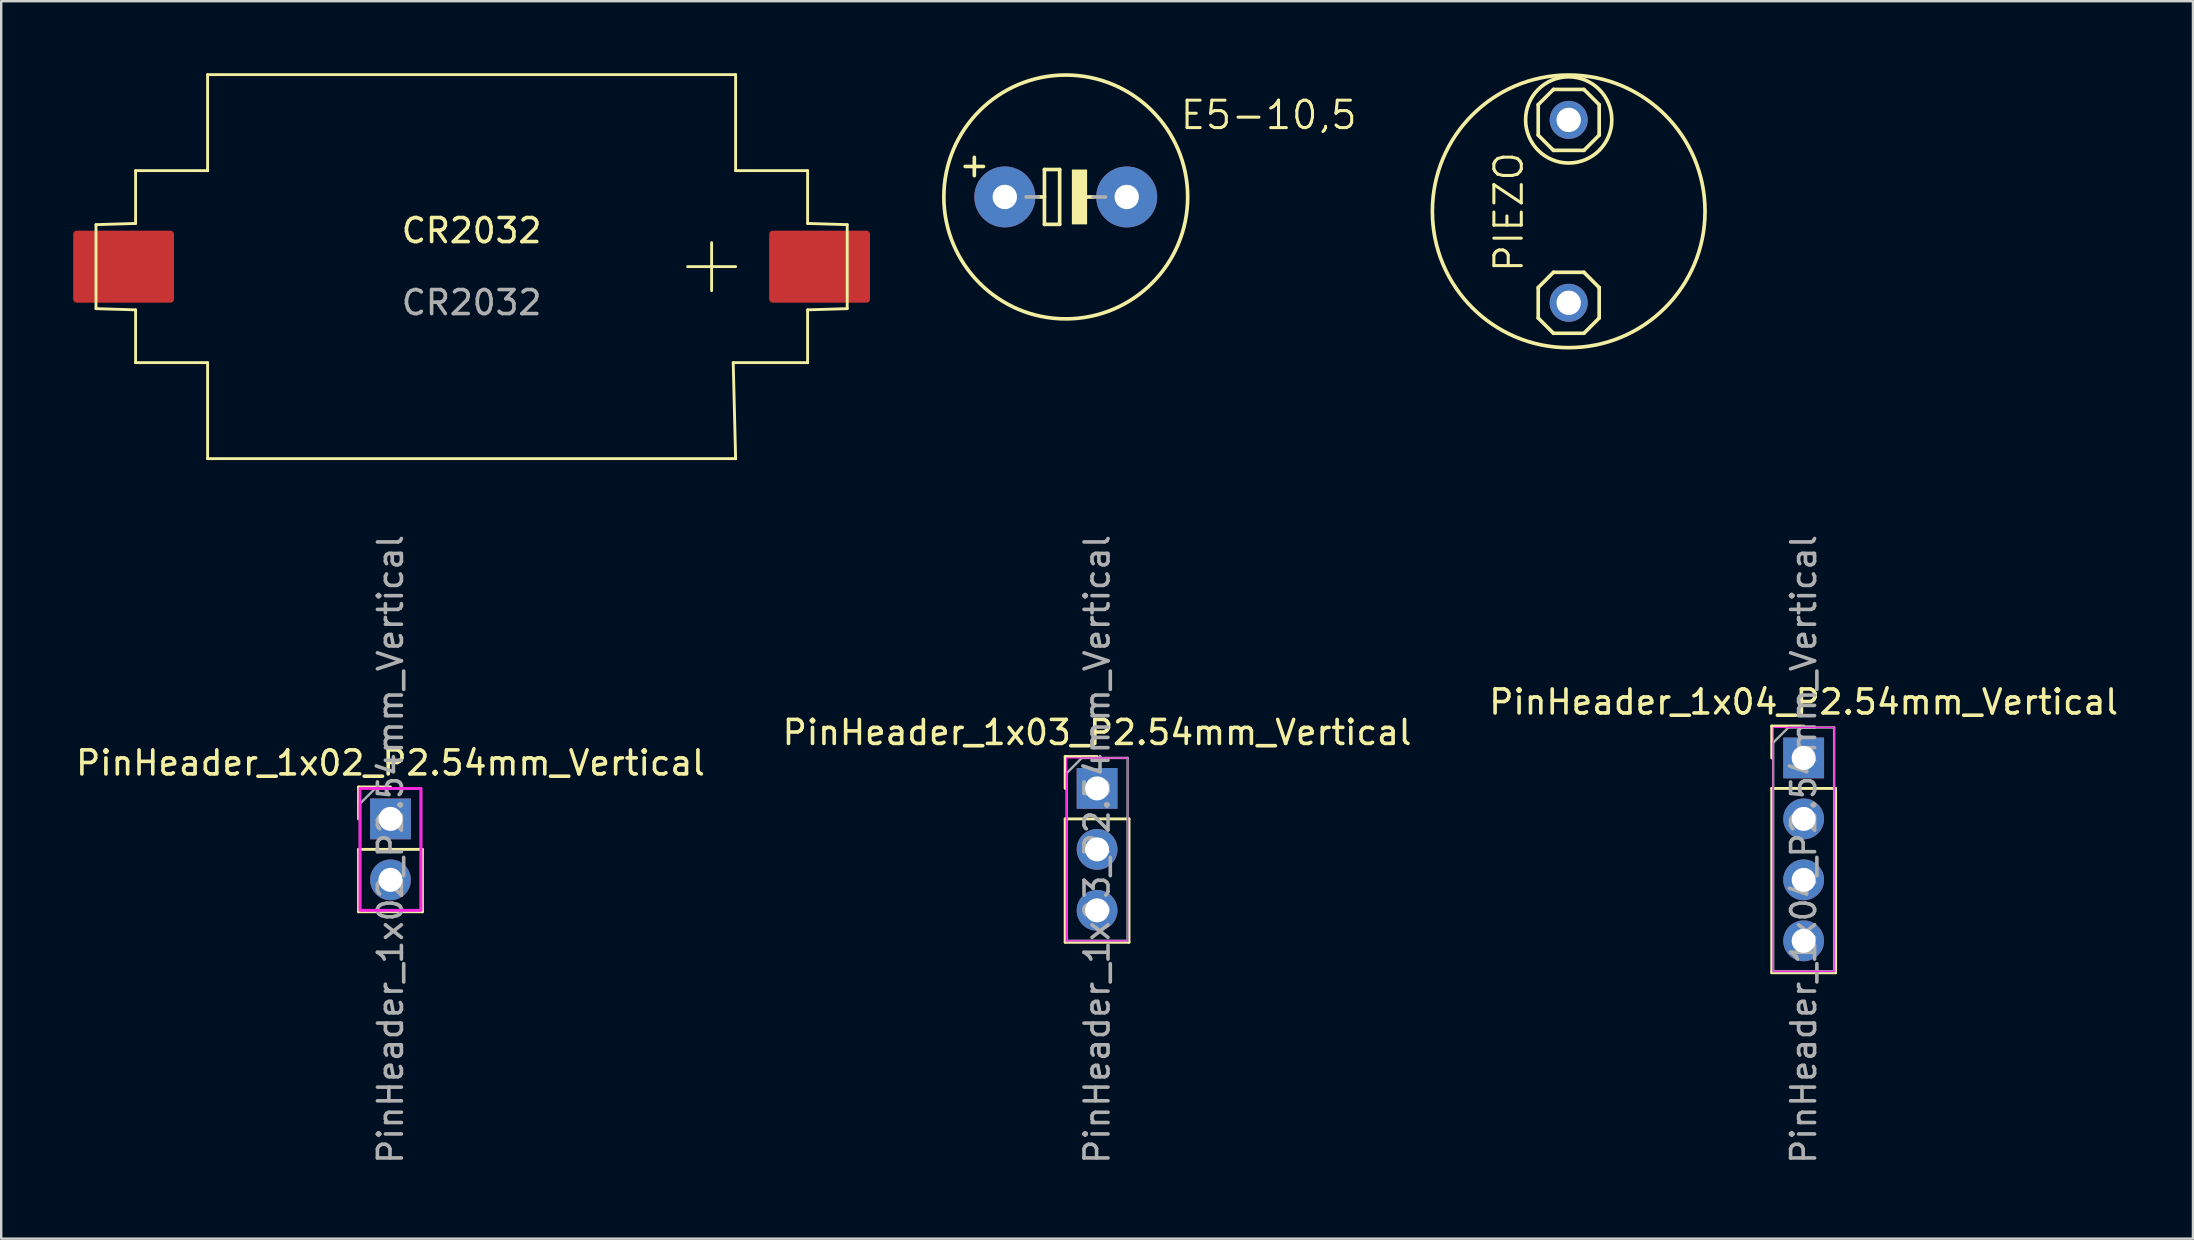
<source format=kicad_pcb>
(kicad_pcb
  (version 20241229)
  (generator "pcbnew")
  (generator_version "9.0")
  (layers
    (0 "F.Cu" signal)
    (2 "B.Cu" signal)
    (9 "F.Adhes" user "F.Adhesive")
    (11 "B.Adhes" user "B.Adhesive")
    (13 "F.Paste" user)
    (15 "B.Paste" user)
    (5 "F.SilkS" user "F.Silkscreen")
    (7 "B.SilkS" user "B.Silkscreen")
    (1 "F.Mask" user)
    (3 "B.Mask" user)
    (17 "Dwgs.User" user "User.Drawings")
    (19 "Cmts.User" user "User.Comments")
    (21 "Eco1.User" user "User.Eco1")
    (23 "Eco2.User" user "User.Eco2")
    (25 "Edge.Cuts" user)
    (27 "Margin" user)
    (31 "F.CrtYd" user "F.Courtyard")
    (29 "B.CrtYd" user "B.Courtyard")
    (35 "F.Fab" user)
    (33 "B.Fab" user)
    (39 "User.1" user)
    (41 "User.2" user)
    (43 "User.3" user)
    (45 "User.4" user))
  (footprint "PinHeader_1x04_P2.54mm_Vertical"
    (layer "F.Cu")
    (at 72.101 28.53)
    (property "Reference" "PinHeader_1x04_P2.54mm_Vertical" (at 0 -2.33 180) (layer "F.SilkS") (effects (font (size 1 1) (thickness 0.15))))
    (attr through_hole)
    (fp_line (start -1.33 -1.33) (end 0 -1.33) (stroke (width 0.12) (type solid)) (layer "F.SilkS"))
    (fp_line (start -1.33 0) (end -1.33 -1.33) (stroke (width 0.12) (type solid)) (layer "F.SilkS"))
    (fp_line (start -1.33 1.27) (end -1.33 8.95) (stroke (width 0.12) (type solid)) (layer "F.SilkS"))
    (fp_line (start -1.33 1.27) (end 1.33 1.27) (stroke (width 0.12) (type solid)) (layer "F.SilkS"))
    (fp_line (start -1.33 8.95) (end 1.33 8.95) (stroke (width 0.12) (type solid)) (layer "F.SilkS"))
    (fp_line (start 1.33 1.27) (end 1.33 8.95) (stroke (width 0.12) (type solid)) (layer "F.SilkS"))
    (fp_rect (start -1.27 -1.27) (end 1.27 8.89) (stroke (width 0.05) (type solid)) (fill no) (layer "F.CrtYd"))
    (fp_line (start -1.27 -0.635) (end -0.635 -1.27) (stroke (width 0.1) (type solid)) (layer "F.Fab"))
    (fp_line (start -1.27 8.89) (end -1.27 -0.635) (stroke (width 0.1) (type solid)) (layer "F.Fab"))
    (fp_line (start -0.635 -1.27) (end 1.27 -1.27) (stroke (width 0.1) (type solid)) (layer "F.Fab"))
    (fp_line (start 1.27 -1.27) (end 1.27 8.89) (stroke (width 0.1) (type solid)) (layer "F.Fab"))
    (fp_line (start 1.27 8.89) (end -1.27 8.89) (stroke (width 0.1) (type solid)) (layer "F.Fab"))
    (fp_text user "${REFERENCE}" (at 0 3.81 90) (layer "F.Fab") (effects (font (size 1 1) (thickness 0.15))))
    (pad "1" thru_hole rect (at 0 0) (size 1.7 1.7) (drill 1) (layers "*.Cu" "*.Mask"))
    (pad "2" thru_hole oval (at 0 2.54) (size 1.7 1.7) (drill 1) (layers "*.Cu" "*.Mask"))
    (pad "3" thru_hole oval (at 0 5.08) (size 1.7 1.7) (drill 1) (layers "*.Cu" "*.Mask"))
    (pad "4" thru_hole oval (at 0 7.62) (size 1.7 1.7) (drill 1) (layers "*.Cu" "*.Mask")))
  (footprint "PinHeader_1x02_P2.54mm_Vertical"
    (layer "F.Cu")
    (at 13.22 31.07)
    (property "Reference" "PinHeader_1x02_P2.54mm_Vertical" (at 0 -2.33 0) (layer "F.SilkS") (effects (font (size 1 1) (thickness 0.15))))
    (attr through_hole)
    (fp_line (start -1.33 -1.33) (end 0 -1.33) (stroke (width 0.12) (type solid)) (layer "F.SilkS"))
    (fp_line (start -1.33 0) (end -1.33 -1.33) (stroke (width 0.12) (type solid)) (layer "F.SilkS"))
    (fp_line (start -1.33 1.27) (end -1.33 3.87) (stroke (width 0.12) (type solid)) (layer "F.SilkS"))
    (fp_line (start -1.33 1.27) (end 1.33 1.27) (stroke (width 0.12) (type solid)) (layer "F.SilkS"))
    (fp_line (start -1.33 3.87) (end 1.33 3.87) (stroke (width 0.12) (type solid)) (layer "F.SilkS"))
    (fp_line (start 1.33 1.27) (end 1.33 3.87) (stroke (width 0.12) (type solid)) (layer "F.SilkS"))
    (fp_rect (start -1.27 -1.27) (end 1.27 3.81) (stroke (width 0.12) (type solid)) (fill no) (layer "F.CrtYd"))
    (fp_line (start -1.27 -0.635) (end -0.635 -1.27) (stroke (width 0.1) (type solid)) (layer "F.Fab"))
    (fp_line (start -1.27 3.81) (end -1.27 -0.635) (stroke (width 0.1) (type solid)) (layer "F.Fab"))
    (fp_line (start -0.635 -1.27) (end 1.27 -1.27) (stroke (width 0.1) (type solid)) (layer "F.Fab"))
    (fp_line (start 1.27 -1.27) (end 1.27 3.81) (stroke (width 0.1) (type solid)) (layer "F.Fab"))
    (fp_line (start 1.27 3.81) (end -1.27 3.81) (stroke (width 0.1) (type solid)) (layer "F.Fab"))
    (fp_text user "${REFERENCE}" (at 0 1.27 270) (layer "F.Fab") (effects (font (size 1 1) (thickness 0.15))))
    (pad "1" thru_hole rect (at 0 0) (size 1.7 1.7) (drill 1) (layers "*.Cu" "*.Mask"))
    (pad "2" thru_hole oval (at 0 2.54) (size 1.7 1.7) (drill 1) (layers "*.Cu" "*.Mask")))
  (footprint "CR2032"
    (layer "F.Cu")
    (at 16.6 8.06)
    (property "Reference" "CR2032" (at 0 -1.5 0) (unlocked yes) (layer "F.SilkS") (effects (font (size 1 1) (thickness 0.15))))
    (attr smd)
    (fp_line (start -15.65 -1.75) (end -14 -1.8) (stroke (width 0.12) (type solid)) (layer "F.SilkS"))
    (fp_line (start -15.65 1.75) (end -15.65 -1.75) (stroke (width 0.12) (type solid)) (layer "F.SilkS"))
    (fp_line (start -14 -4) (end -11 -4) (stroke (width 0.12) (type solid)) (layer "F.SilkS"))
    (fp_line (start -14 -1.8) (end -14 -4) (stroke (width 0.12) (type solid)) (layer "F.SilkS"))
    (fp_line (start -14 1.8) (end -15.65 1.75) (stroke (width 0.12) (type solid)) (layer "F.SilkS"))
    (fp_line (start -14 4) (end -14 1.8) (stroke (width 0.12) (type solid)) (layer "F.SilkS"))
    (fp_line (start -11 -8) (end 11 -8) (stroke (width 0.12) (type solid)) (layer "F.SilkS"))
    (fp_line (start -11 -4) (end -11 -8) (stroke (width 0.12) (type solid)) (layer "F.SilkS"))
    (fp_line (start -11 4) (end -14 4) (stroke (width 0.12) (type solid)) (layer "F.SilkS"))
    (fp_line (start -11 8) (end -11 4) (stroke (width 0.12) (type solid)) (layer "F.SilkS"))
    (fp_line (start 9 0) (end 11 0) (stroke (width 0.12) (type solid)) (layer "F.SilkS"))
    (fp_line (start 10 -1) (end 10 1) (stroke (width 0.12) (type solid)) (layer "F.SilkS"))
    (fp_line (start 10.9 4) (end 11 8) (stroke (width 0.12) (type solid)) (layer "F.SilkS"))
    (fp_line (start 11 -8) (end 11 -4) (stroke (width 0.12) (type solid)) (layer "F.SilkS"))
    (fp_line (start 11 -4) (end 14 -4) (stroke (width 0.12) (type solid)) (layer "F.SilkS"))
    (fp_line (start 11 8) (end -11 8) (stroke (width 0.12) (type solid)) (layer "F.SilkS"))
    (fp_line (start 14 -4) (end 14 -1.8) (stroke (width 0.12) (type solid)) (layer "F.SilkS"))
    (fp_line (start 14 -1.8) (end 15.65 -1.75) (stroke (width 0.12) (type solid)) (layer "F.SilkS"))
    (fp_line (start 14 1.8) (end 14 4) (stroke (width 0.12) (type solid)) (layer "F.SilkS"))
    (fp_line (start 14 4) (end 10.9 4) (stroke (width 0.12) (type solid)) (layer "F.SilkS"))
    (fp_line (start 15.65 -1.75) (end 15.65 1.75) (stroke (width 0.12) (type solid)) (layer "F.SilkS"))
    (fp_line (start 15.65 1.75) (end 14 1.8) (stroke (width 0.12) (type solid)) (layer "F.SilkS"))
    (fp_text user "${REFERENCE}" (at 0 1.5 0) (unlocked yes) (layer "F.Fab") (effects (font (size 1 1) (thickness 0.15))))
    (pad "1" smd roundrect (at 14.5 0 270) (size 3 4.2) (layers "F.Cu" "F.Mask" "F.Paste") (roundrect_rratio 0.048))
    (pad "2" smd roundrect (at -14.5 0 270) (size 3 4.2) (layers "F.Cu" "F.Mask" "F.Paste") (roundrect_rratio 0.048)))
  (footprint "E5-10,5"
    (layer "F.Cu")
    (at 41.356 5.156)
    (property "Reference" "E5-10,5" (at 4.699 -2.743 0) (layer "F.SilkS") (effects (font (size 1.143 1.143) (thickness 0.127)) (justify left bottom)))
    (fp_line (start -3.81 -1.651) (end -3.81 -0.889) (stroke (width 0.152) (type solid)) (layer "F.SilkS"))
    (fp_line (start -3.429 -1.27) (end -4.191 -1.27) (stroke (width 0.152) (type solid)) (layer "F.SilkS"))
    (fp_line (start -1.143 0) (end -0.889 0) (stroke (width 0.152) (type solid)) (layer "F.SilkS"))
    (fp_line (start -0.889 -1.143) (end -0.889 0) (stroke (width 0.152) (type solid)) (layer "F.SilkS"))
    (fp_line (start -0.889 0) (end -0.889 1.143) (stroke (width 0.152) (type solid)) (layer "F.SilkS"))
    (fp_line (start -0.889 1.143) (end -0.254 1.143) (stroke (width 0.152) (type solid)) (layer "F.SilkS"))
    (fp_line (start -0.254 -1.143) (end -0.889 -1.143) (stroke (width 0.152) (type solid)) (layer "F.SilkS"))
    (fp_line (start -0.254 1.143) (end -0.254 -1.143) (stroke (width 0.152) (type solid)) (layer "F.SilkS"))
    (fp_line (start 0.635 0) (end 1.143 0) (stroke (width 0.152) (type solid)) (layer "F.SilkS"))
    (fp_circle (center 0 0) (end 5.08 0) (stroke (width 0.152) (type solid)) (fill no) (layer "F.SilkS"))
    (fp_poly (pts (xy 0.254 1.143) (xy 0.889 1.143) (xy 0.889 -1.143) (xy 0.254 -1.143)) (stroke (width 0) (type solid)) (fill yes) (layer "F.SilkS"))
    (fp_line (start -1.651 0) (end -1.143 0) (stroke (width 0.152) (type solid)) (layer "F.Fab"))
    (fp_line (start 1.143 0) (end 1.651 0) (stroke (width 0.152) (type solid)) (layer "F.Fab"))
    (pad "+" thru_hole circle (at -2.54 0) (size 2.54 2.54) (drill 1.016) (layers "*.Cu" "*.Mask"))
    (pad "-" thru_hole circle (at 2.54 0) (size 2.54 2.54) (drill 1.016) (layers "*.Cu" "*.Mask")))
  (footprint "PIEZO"
    (layer "F.Cu")
    (at 61.041 10.836)
    (property "Reference" "PIEZO" (at -0.559 -2.464 90) (layer "F.SilkS") (effects (font (size 1.143 1.143) (thickness 0.127)) (justify left bottom)))
    (fp_line (start 0 -9.525) (end 0.635 -10.16) (stroke (width 0.152) (type solid)) (layer "F.SilkS"))
    (fp_line (start 0 -8.255) (end 0 -9.525) (stroke (width 0.152) (type solid)) (layer "F.SilkS"))
    (fp_line (start 0 -8.255) (end 0.635 -7.62) (stroke (width 0.152) (type solid)) (layer "F.SilkS"))
    (fp_line (start 0 -1.905) (end 0.635 -2.54) (stroke (width 0.152) (type solid)) (layer "F.SilkS"))
    (fp_line (start 0 -0.635) (end 0 -1.905) (stroke (width 0.152) (type solid)) (layer "F.SilkS"))
    (fp_line (start 0 -0.635) (end 0.635 0) (stroke (width 0.152) (type solid)) (layer "F.SilkS"))
    (fp_line (start 0.635 -10.16) (end 1.905 -10.16) (stroke (width 0.152) (type solid)) (layer "F.SilkS"))
    (fp_line (start 0.635 -7.62) (end 1.905 -7.62) (stroke (width 0.152) (type solid)) (layer "F.SilkS"))
    (fp_line (start 0.635 -2.54) (end 1.905 -2.54) (stroke (width 0.152) (type solid)) (layer "F.SilkS"))
    (fp_line (start 0.635 0) (end 1.905 0) (stroke (width 0.152) (type solid)) (layer "F.SilkS"))
    (fp_line (start 1.905 -10.16) (end 2.54 -9.525) (stroke (width 0.152) (type solid)) (layer "F.SilkS"))
    (fp_line (start 1.905 -7.62) (end 2.54 -8.255) (stroke (width 0.152) (type solid)) (layer "F.SilkS"))
    (fp_line (start 1.905 -2.54) (end 2.54 -1.905) (stroke (width 0.152) (type solid)) (layer "F.SilkS"))
    (fp_line (start 1.905 0) (end 2.54 -0.635) (stroke (width 0.152) (type solid)) (layer "F.SilkS"))
    (fp_line (start 2.54 -9.525) (end 2.54 -8.255) (stroke (width 0.152) (type solid)) (layer "F.SilkS"))
    (fp_line (start 2.54 -1.905) (end 2.54 -0.635) (stroke (width 0.152) (type solid)) (layer "F.SilkS"))
    (fp_circle (center 1.27 -8.89) (end 3.066 -8.89) (stroke (width 0.152) (type solid)) (fill no) (layer "F.SilkS"))
    (fp_circle (center 1.27 -5.08) (end 6.95 -5.08) (stroke (width 0.152) (type solid)) (fill no) (layer "F.SilkS"))
    (fp_poly (pts (xy 1.524 -8.636) (xy 1.524 -9.144) (xy 1.016 -9.144) (xy 1.016 -8.636)) (stroke (width 0.1) (type solid)) (fill no) (layer "F.Fab"))
    (fp_poly (pts (xy 1.524 -1.016) (xy 1.524 -1.524) (xy 1.016 -1.524) (xy 1.016 -1.016)) (stroke (width 0.1) (type solid)) (fill no) (layer "F.Fab"))
    (pad "+" thru_hole circle (at 1.27 -8.89 180) (size 1.585 1.585) (drill 1.016) (layers "*.Cu" "*.Mask"))
    (pad "-" thru_hole circle (at 1.27 -1.27 180) (size 1.585 1.585) (drill 1.016) (layers "*.Cu" "*.Mask")))
  (footprint "PinHeader_1x03_P2.54mm_Vertical"
    (layer "F.Cu")
    (at 42.661 29.8)
    (property "Reference" "PinHeader_1x03_P2.54mm_Vertical" (at 0 -2.33 180) (layer "F.SilkS") (effects (font (size 1 1) (thickness 0.15))))
    (attr through_hole)
    (fp_line (start -1.33 -1.33) (end 0 -1.33) (stroke (width 0.12) (type solid)) (layer "F.SilkS"))
    (fp_line (start -1.33 0) (end -1.33 -1.33) (stroke (width 0.12) (type solid)) (layer "F.SilkS"))
    (fp_line (start -1.33 1.27) (end -1.33 6.41) (stroke (width 0.12) (type solid)) (layer "F.SilkS"))
    (fp_line (start -1.33 1.27) (end 1.33 1.27) (stroke (width 0.12) (type solid)) (layer "F.SilkS"))
    (fp_line (start -1.33 6.41) (end 1.33 6.41) (stroke (width 0.12) (type solid)) (layer "F.SilkS"))
    (fp_line (start 1.33 1.27) (end 1.33 6.41) (stroke (width 0.12) (type solid)) (layer "F.SilkS"))
    (fp_rect (start -1.27 -1.27) (end 1.27 6.35) (stroke (width 0.05) (type solid)) (fill no) (layer "F.CrtYd"))
    (fp_line (start -1.27 -0.635) (end -0.635 -1.27) (stroke (width 0.1) (type solid)) (layer "F.Fab"))
    (fp_line (start -1.27 6.35) (end -1.27 -0.635) (stroke (width 0.1) (type solid)) (layer "F.Fab"))
    (fp_line (start -0.635 -1.27) (end 1.27 -1.27) (stroke (width 0.1) (type solid)) (layer "F.Fab"))
    (fp_line (start 1.27 -1.27) (end 1.27 6.35) (stroke (width 0.1) (type solid)) (layer "F.Fab"))
    (fp_line (start 1.27 6.35) (end -1.27 6.35) (stroke (width 0.1) (type solid)) (layer "F.Fab"))
    (fp_text user "${REFERENCE}" (at 0 2.54 90) (layer "F.Fab") (effects (font (size 1 1) (thickness 0.15))))
    (pad "1" thru_hole rect (at 0 0) (size 1.7 1.7) (drill 1) (layers "*.Cu" "*.Mask"))
    (pad "2" thru_hole oval (at 0 2.54) (size 1.7 1.7) (drill 1) (layers "*.Cu" "*.Mask"))
    (pad "3" thru_hole oval (at 0 5.08) (size 1.7 1.7) (drill 1) (layers "*.Cu" "*.Mask")))
  (gr_rect
    (start -3 -3)
    (end 88.321 48.56)
    (stroke (width 0.1) (type default))
    (fill no)
    (layer "Edge.Cuts")))
</source>
